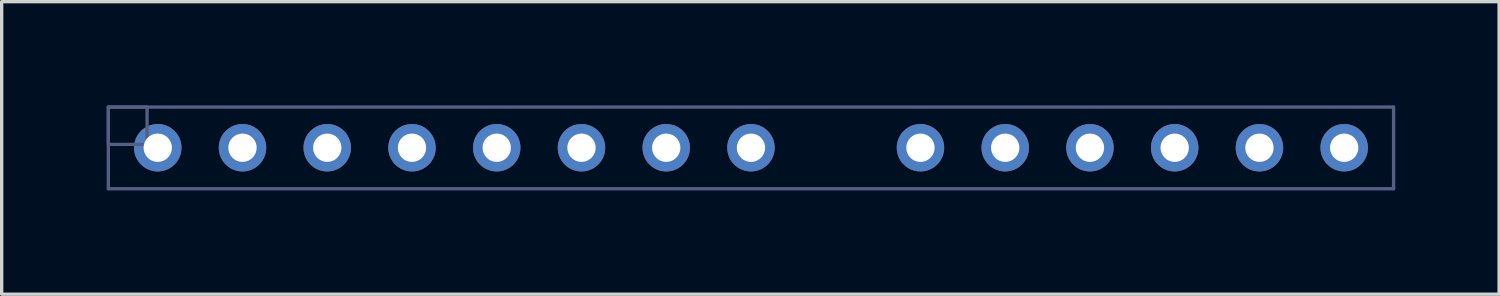
<source format=kicad_pcb>
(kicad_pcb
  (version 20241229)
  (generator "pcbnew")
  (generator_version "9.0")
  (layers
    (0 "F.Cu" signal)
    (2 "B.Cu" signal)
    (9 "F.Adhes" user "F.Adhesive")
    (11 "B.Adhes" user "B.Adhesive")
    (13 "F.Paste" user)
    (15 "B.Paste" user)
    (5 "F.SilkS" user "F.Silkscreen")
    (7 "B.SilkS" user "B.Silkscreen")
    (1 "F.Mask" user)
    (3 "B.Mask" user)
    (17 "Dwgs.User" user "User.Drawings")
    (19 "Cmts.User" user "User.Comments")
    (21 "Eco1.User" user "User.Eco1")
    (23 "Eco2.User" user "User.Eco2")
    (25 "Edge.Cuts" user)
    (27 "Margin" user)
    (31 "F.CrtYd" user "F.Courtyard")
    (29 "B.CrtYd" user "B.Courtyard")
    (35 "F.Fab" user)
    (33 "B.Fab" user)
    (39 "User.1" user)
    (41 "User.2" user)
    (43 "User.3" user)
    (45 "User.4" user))
  (footprint "1X14-CUSTOM"
    (layer "F.Cu")
    (at 19.458 1.378)
    (property "Reference" "1X14-CUSTOM" (at -1.832 0.169 0) (unlocked yes) (layer "User.2") (effects (font (size 1.2 1.2) (thickness 0.2))))
    (fp_line (start -19.261 1.228) (end -19.261 -1.219) (stroke (width 0.1) (type solid)) (layer "B.Fab"))
    (fp_line (start -19.261 1.228) (end 19.261 1.228) (stroke (width 0.1) (type solid)) (layer "B.Fab"))
    (fp_line (start -19.26 -1.219) (end 19.261 -1.219) (stroke (width 0.1) (type solid)) (layer "B.Fab"))
    (fp_line (start 19.261 1.228) (end 19.261 -1.219) (stroke (width 0.1) (type solid)) (layer "B.Fab"))
    (fp_rect (start -19.26 -0.1) (end -18.1 -1.219) (stroke (width 0.1) (type default)) (fill no) (layer "B.Fab"))
    (fp_line (start -19.408 -1.328) (end 19.373 -1.328) (stroke (width 0.1) (type solid)) (layer "User.13"))
    (fp_line (start -19.408 1.339) (end -19.408 -1.328) (stroke (width 0.1) (type solid)) (layer "User.13"))
    (fp_line (start -19.408 1.339) (end 19.373 1.339) (stroke (width 0.1) (type solid)) (layer "User.13"))
    (fp_line (start -1.1 0) (end 1.135 0) (stroke (width 0.1) (type solid)) (layer "User.13"))
    (fp_line (start 0 1.079) (end 0 -1.1) (stroke (width 0.1) (type solid)) (layer "User.13"))
    (fp_line (start 19.373 1.339) (end 19.373 -1.328) (stroke (width 0.1) (type solid)) (layer "User.13"))
    (fp_circle (center 0 0) (end 0 -0.898) (stroke (width 0.1) (type solid)) (fill no) (layer "User.13"))
    (pad "1" thru_hole circle (at -17.78 0 90) (size 1.422 1.422) (drill 0.85) (layers "*.Cu" "*.Mask"))
    (pad "2" thru_hole circle (at -15.24 0 90) (size 1.422 1.422) (drill 0.85) (layers "*.Cu" "*.Mask"))
    (pad "3" thru_hole circle (at -12.7 0 90) (size 1.422 1.422) (drill 0.85) (layers "*.Cu" "*.Mask"))
    (pad "4" thru_hole circle (at -10.16 0 90) (size 1.422 1.422) (drill 0.85) (layers "*.Cu" "*.Mask"))
    (pad "5" thru_hole circle (at -7.62 0 90) (size 1.422 1.422) (drill 0.85) (layers "*.Cu" "*.Mask"))
    (pad "6" thru_hole circle (at -5.08 0 90) (size 1.422 1.422) (drill 0.85) (layers "*.Cu" "*.Mask"))
    (pad "7" thru_hole circle (at -2.54 0 90) (size 1.422 1.422) (drill 0.85) (layers "*.Cu" "*.Mask"))
    (pad "8" thru_hole circle (at 0 0 90) (size 1.422 1.422) (drill 0.85) (layers "*.Cu" "*.Mask"))
    (pad "9" thru_hole circle (at 5.08 0 90) (size 1.422 1.422) (drill 0.85) (layers "*.Cu" "*.Mask"))
    (pad "10" thru_hole circle (at 7.62 0 90) (size 1.422 1.422) (drill 0.85) (layers "*.Cu" "*.Mask"))
    (pad "11" thru_hole circle (at 10.16 0 90) (size 1.422 1.422) (drill 0.85) (layers "*.Cu" "*.Mask"))
    (pad "12" thru_hole circle (at 12.7 0 90) (size 1.422 1.422) (drill 0.85) (layers "*.Cu" "*.Mask"))
    (pad "13" thru_hole circle (at 15.24 0 90) (size 1.422 1.422) (drill 0.85) (layers "*.Cu" "*.Mask"))
    (pad "14" thru_hole circle (at 17.78 0 90) (size 1.422 1.422) (drill 0.85) (layers "*.Cu" "*.Mask")))
  (gr_rect
    (start -3 -3)
    (end 41.881 5.767)
    (stroke (width 0.1) (type default))
    (fill no)
    (layer "Edge.Cuts")))
</source>
